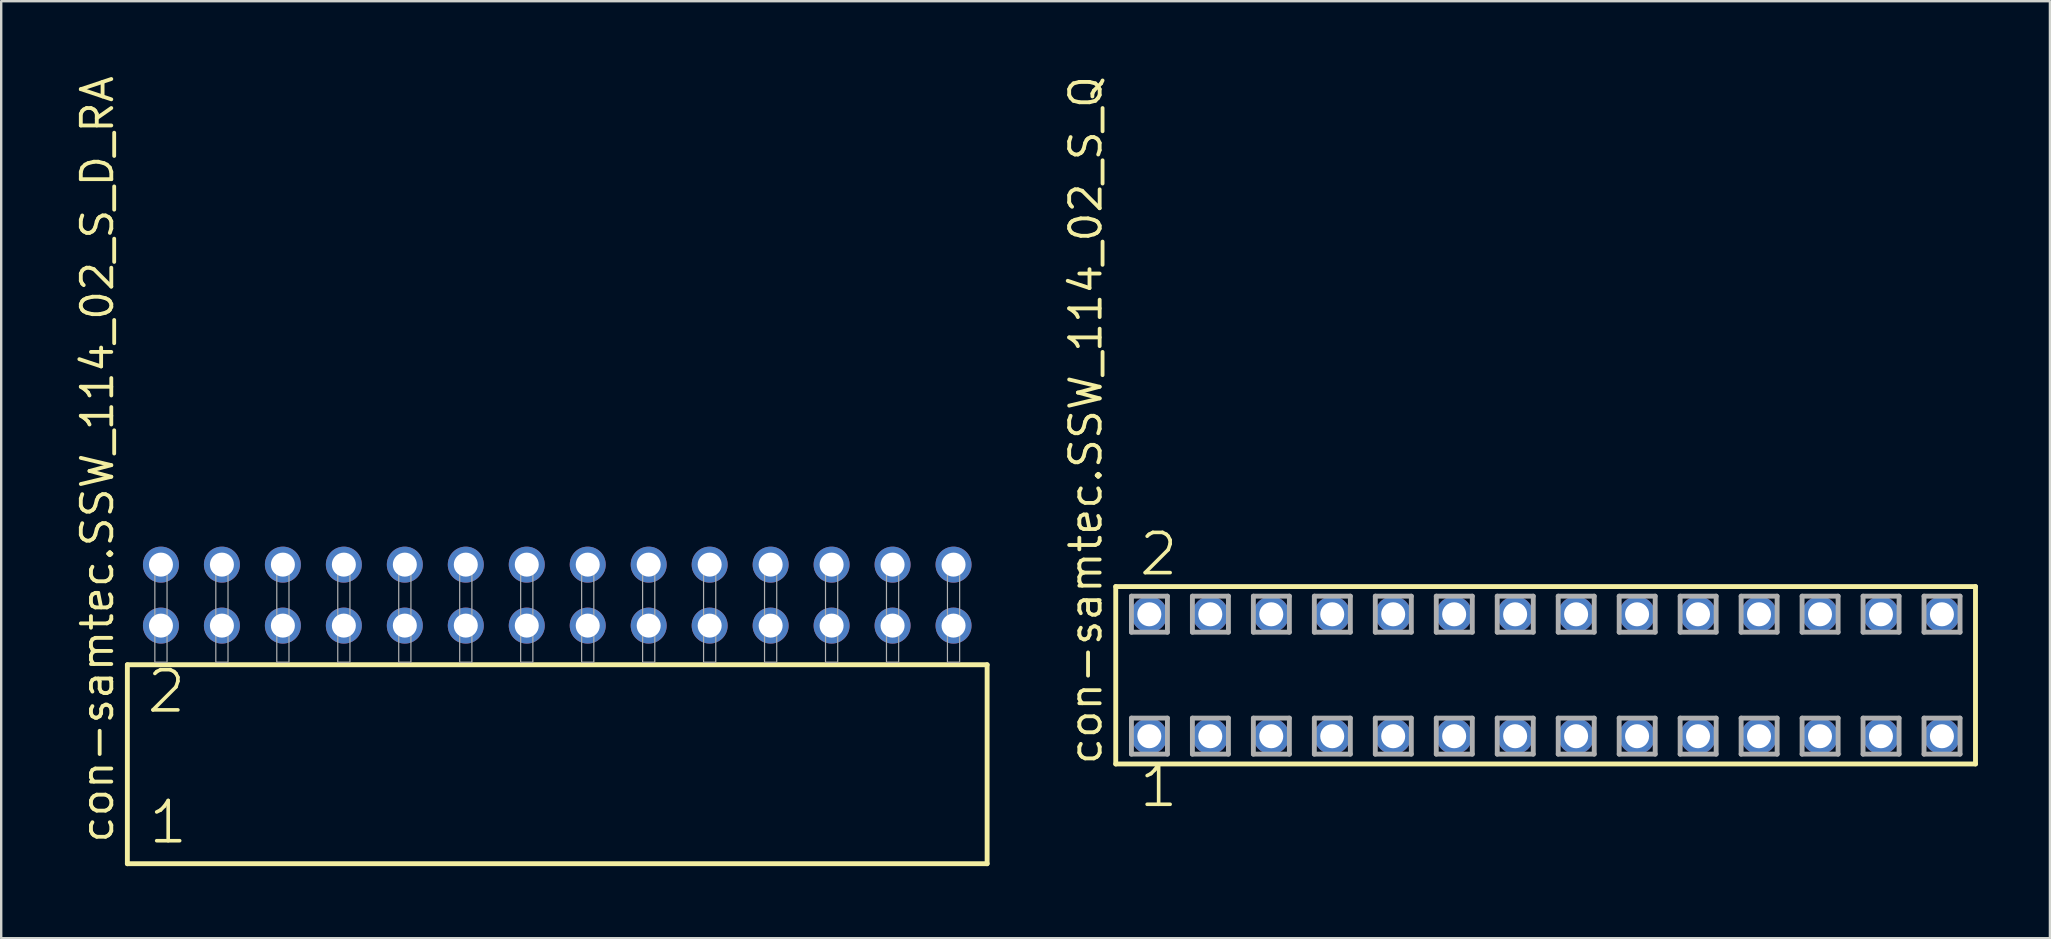
<source format=kicad_pcb>
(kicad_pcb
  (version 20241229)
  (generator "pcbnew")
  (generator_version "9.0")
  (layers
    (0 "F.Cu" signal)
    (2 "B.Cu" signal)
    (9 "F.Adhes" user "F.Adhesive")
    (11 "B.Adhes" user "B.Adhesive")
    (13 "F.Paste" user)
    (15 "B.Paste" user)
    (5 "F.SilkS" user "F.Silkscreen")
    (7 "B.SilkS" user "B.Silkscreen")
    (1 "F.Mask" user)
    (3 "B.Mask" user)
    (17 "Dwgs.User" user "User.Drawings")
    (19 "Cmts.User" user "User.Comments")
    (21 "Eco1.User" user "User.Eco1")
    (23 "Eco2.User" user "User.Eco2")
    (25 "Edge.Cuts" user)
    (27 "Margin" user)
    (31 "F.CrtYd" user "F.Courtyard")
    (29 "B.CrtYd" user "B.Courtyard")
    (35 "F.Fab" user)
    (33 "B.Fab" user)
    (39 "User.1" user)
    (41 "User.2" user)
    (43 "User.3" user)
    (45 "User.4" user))
  (footprint "con-samtec.SSW_114_02_S_Q"
    (layer "F.Cu")
    (at 61.341 25.082)
    (property "Reference" "con-samtec.SSW_114_02_S_Q" (at -18.415 3.81 90) (layer "F.SilkS") (effects (font (size 1.27 1.27) (thickness 0.16)) (justify left bottom)))
    (attr through_hole)
    (fp_line (start -17.909 -3.695) (end 17.909 -3.695) (stroke (width 0.203) (type default)) (layer "F.SilkS"))
    (fp_line (start -17.909 3.695) (end -17.909 -3.695) (stroke (width 0.203) (type default)) (layer "F.SilkS"))
    (fp_line (start 17.909 -3.695) (end 17.909 3.695) (stroke (width 0.203) (type default)) (layer "F.SilkS"))
    (fp_line (start 17.909 3.695) (end -17.909 3.695) (stroke (width 0.203) (type default)) (layer "F.SilkS"))
    (fp_line (start -17.255 -3.295) (end -15.755 -3.295) (stroke (width 0.203) (type default)) (layer "F.Fab"))
    (fp_line (start -17.255 -1.795) (end -17.255 -3.295) (stroke (width 0.203) (type default)) (layer "F.Fab"))
    (fp_line (start -17.255 1.785) (end -15.755 1.785) (stroke (width 0.203) (type default)) (layer "F.Fab"))
    (fp_line (start -17.255 3.285) (end -17.255 1.785) (stroke (width 0.203) (type default)) (layer "F.Fab"))
    (fp_line (start -15.755 -3.295) (end -15.755 -1.795) (stroke (width 0.203) (type default)) (layer "F.Fab"))
    (fp_line (start -15.755 -1.795) (end -17.255 -1.795) (stroke (width 0.203) (type default)) (layer "F.Fab"))
    (fp_line (start -15.755 1.785) (end -15.755 3.285) (stroke (width 0.203) (type default)) (layer "F.Fab"))
    (fp_line (start -15.755 3.285) (end -17.255 3.285) (stroke (width 0.203) (type default)) (layer "F.Fab"))
    (fp_line (start -14.715 -3.295) (end -13.215 -3.295) (stroke (width 0.203) (type default)) (layer "F.Fab"))
    (fp_line (start -14.715 -1.795) (end -14.715 -3.295) (stroke (width 0.203) (type default)) (layer "F.Fab"))
    (fp_line (start -14.715 1.785) (end -13.215 1.785) (stroke (width 0.203) (type default)) (layer "F.Fab"))
    (fp_line (start -14.715 3.285) (end -14.715 1.785) (stroke (width 0.203) (type default)) (layer "F.Fab"))
    (fp_line (start -13.215 -3.295) (end -13.215 -1.795) (stroke (width 0.203) (type default)) (layer "F.Fab"))
    (fp_line (start -13.215 -1.795) (end -14.715 -1.795) (stroke (width 0.203) (type default)) (layer "F.Fab"))
    (fp_line (start -13.215 1.785) (end -13.215 3.285) (stroke (width 0.203) (type default)) (layer "F.Fab"))
    (fp_line (start -13.215 3.285) (end -14.715 3.285) (stroke (width 0.203) (type default)) (layer "F.Fab"))
    (fp_line (start -12.175 -3.295) (end -10.675 -3.295) (stroke (width 0.203) (type default)) (layer "F.Fab"))
    (fp_line (start -12.175 -1.795) (end -12.175 -3.295) (stroke (width 0.203) (type default)) (layer "F.Fab"))
    (fp_line (start -12.175 1.785) (end -10.675 1.785) (stroke (width 0.203) (type default)) (layer "F.Fab"))
    (fp_line (start -12.175 3.285) (end -12.175 1.785) (stroke (width 0.203) (type default)) (layer "F.Fab"))
    (fp_line (start -10.675 -3.295) (end -10.675 -1.795) (stroke (width 0.203) (type default)) (layer "F.Fab"))
    (fp_line (start -10.675 -1.795) (end -12.175 -1.795) (stroke (width 0.203) (type default)) (layer "F.Fab"))
    (fp_line (start -10.675 1.785) (end -10.675 3.285) (stroke (width 0.203) (type default)) (layer "F.Fab"))
    (fp_line (start -10.675 3.285) (end -12.175 3.285) (stroke (width 0.203) (type default)) (layer "F.Fab"))
    (fp_line (start -9.635 -3.295) (end -8.135 -3.295) (stroke (width 0.203) (type default)) (layer "F.Fab"))
    (fp_line (start -9.635 -1.795) (end -9.635 -3.295) (stroke (width 0.203) (type default)) (layer "F.Fab"))
    (fp_line (start -9.635 1.785) (end -8.135 1.785) (stroke (width 0.203) (type default)) (layer "F.Fab"))
    (fp_line (start -9.635 3.285) (end -9.635 1.785) (stroke (width 0.203) (type default)) (layer "F.Fab"))
    (fp_line (start -8.135 -3.295) (end -8.135 -1.795) (stroke (width 0.203) (type default)) (layer "F.Fab"))
    (fp_line (start -8.135 -1.795) (end -9.635 -1.795) (stroke (width 0.203) (type default)) (layer "F.Fab"))
    (fp_line (start -8.135 1.785) (end -8.135 3.285) (stroke (width 0.203) (type default)) (layer "F.Fab"))
    (fp_line (start -8.135 3.285) (end -9.635 3.285) (stroke (width 0.203) (type default)) (layer "F.Fab"))
    (fp_line (start -7.095 -3.295) (end -5.595 -3.295) (stroke (width 0.203) (type default)) (layer "F.Fab"))
    (fp_line (start -7.095 -1.795) (end -7.095 -3.295) (stroke (width 0.203) (type default)) (layer "F.Fab"))
    (fp_line (start -7.095 1.785) (end -5.595 1.785) (stroke (width 0.203) (type default)) (layer "F.Fab"))
    (fp_line (start -7.095 3.285) (end -7.095 1.785) (stroke (width 0.203) (type default)) (layer "F.Fab"))
    (fp_line (start -5.595 -3.295) (end -5.595 -1.795) (stroke (width 0.203) (type default)) (layer "F.Fab"))
    (fp_line (start -5.595 -1.795) (end -7.095 -1.795) (stroke (width 0.203) (type default)) (layer "F.Fab"))
    (fp_line (start -5.595 1.785) (end -5.595 3.285) (stroke (width 0.203) (type default)) (layer "F.Fab"))
    (fp_line (start -5.595 3.285) (end -7.095 3.285) (stroke (width 0.203) (type default)) (layer "F.Fab"))
    (fp_line (start -4.555 -3.295) (end -3.055 -3.295) (stroke (width 0.203) (type default)) (layer "F.Fab"))
    (fp_line (start -4.555 -1.795) (end -4.555 -3.295) (stroke (width 0.203) (type default)) (layer "F.Fab"))
    (fp_line (start -4.555 1.785) (end -3.055 1.785) (stroke (width 0.203) (type default)) (layer "F.Fab"))
    (fp_line (start -4.555 3.285) (end -4.555 1.785) (stroke (width 0.203) (type default)) (layer "F.Fab"))
    (fp_line (start -3.055 -3.295) (end -3.055 -1.795) (stroke (width 0.203) (type default)) (layer "F.Fab"))
    (fp_line (start -3.055 -1.795) (end -4.555 -1.795) (stroke (width 0.203) (type default)) (layer "F.Fab"))
    (fp_line (start -3.055 1.785) (end -3.055 3.285) (stroke (width 0.203) (type default)) (layer "F.Fab"))
    (fp_line (start -3.055 3.285) (end -4.555 3.285) (stroke (width 0.203) (type default)) (layer "F.Fab"))
    (fp_line (start -2.015 -3.295) (end -0.515 -3.295) (stroke (width 0.203) (type default)) (layer "F.Fab"))
    (fp_line (start -2.015 -1.795) (end -2.015 -3.295) (stroke (width 0.203) (type default)) (layer "F.Fab"))
    (fp_line (start -2.015 1.785) (end -0.515 1.785) (stroke (width 0.203) (type default)) (layer "F.Fab"))
    (fp_line (start -2.015 3.285) (end -2.015 1.785) (stroke (width 0.203) (type default)) (layer "F.Fab"))
    (fp_line (start -0.515 -3.295) (end -0.515 -1.795) (stroke (width 0.203) (type default)) (layer "F.Fab"))
    (fp_line (start -0.515 -1.795) (end -2.015 -1.795) (stroke (width 0.203) (type default)) (layer "F.Fab"))
    (fp_line (start -0.515 1.785) (end -0.515 3.285) (stroke (width 0.203) (type default)) (layer "F.Fab"))
    (fp_line (start -0.515 3.285) (end -2.015 3.285) (stroke (width 0.203) (type default)) (layer "F.Fab"))
    (fp_line (start 0.525 -3.295) (end 2.025 -3.295) (stroke (width 0.203) (type default)) (layer "F.Fab"))
    (fp_line (start 0.525 -1.795) (end 0.525 -3.295) (stroke (width 0.203) (type default)) (layer "F.Fab"))
    (fp_line (start 0.525 1.785) (end 2.025 1.785) (stroke (width 0.203) (type default)) (layer "F.Fab"))
    (fp_line (start 0.525 3.285) (end 0.525 1.785) (stroke (width 0.203) (type default)) (layer "F.Fab"))
    (fp_line (start 2.025 -3.295) (end 2.025 -1.795) (stroke (width 0.203) (type default)) (layer "F.Fab"))
    (fp_line (start 2.025 -1.795) (end 0.525 -1.795) (stroke (width 0.203) (type default)) (layer "F.Fab"))
    (fp_line (start 2.025 1.785) (end 2.025 3.285) (stroke (width 0.203) (type default)) (layer "F.Fab"))
    (fp_line (start 2.025 3.285) (end 0.525 3.285) (stroke (width 0.203) (type default)) (layer "F.Fab"))
    (fp_line (start 3.065 -3.295) (end 4.565 -3.295) (stroke (width 0.203) (type default)) (layer "F.Fab"))
    (fp_line (start 3.065 -1.795) (end 3.065 -3.295) (stroke (width 0.203) (type default)) (layer "F.Fab"))
    (fp_line (start 3.065 1.785) (end 4.565 1.785) (stroke (width 0.203) (type default)) (layer "F.Fab"))
    (fp_line (start 3.065 3.285) (end 3.065 1.785) (stroke (width 0.203) (type default)) (layer "F.Fab"))
    (fp_line (start 4.565 -3.295) (end 4.565 -1.795) (stroke (width 0.203) (type default)) (layer "F.Fab"))
    (fp_line (start 4.565 -1.795) (end 3.065 -1.795) (stroke (width 0.203) (type default)) (layer "F.Fab"))
    (fp_line (start 4.565 1.785) (end 4.565 3.285) (stroke (width 0.203) (type default)) (layer "F.Fab"))
    (fp_line (start 4.565 3.285) (end 3.065 3.285) (stroke (width 0.203) (type default)) (layer "F.Fab"))
    (fp_line (start 5.605 -3.295) (end 7.105 -3.295) (stroke (width 0.203) (type default)) (layer "F.Fab"))
    (fp_line (start 5.605 -1.795) (end 5.605 -3.295) (stroke (width 0.203) (type default)) (layer "F.Fab"))
    (fp_line (start 5.605 1.785) (end 7.105 1.785) (stroke (width 0.203) (type default)) (layer "F.Fab"))
    (fp_line (start 5.605 3.285) (end 5.605 1.785) (stroke (width 0.203) (type default)) (layer "F.Fab"))
    (fp_line (start 7.105 -3.295) (end 7.105 -1.795) (stroke (width 0.203) (type default)) (layer "F.Fab"))
    (fp_line (start 7.105 -1.795) (end 5.605 -1.795) (stroke (width 0.203) (type default)) (layer "F.Fab"))
    (fp_line (start 7.105 1.785) (end 7.105 3.285) (stroke (width 0.203) (type default)) (layer "F.Fab"))
    (fp_line (start 7.105 3.285) (end 5.605 3.285) (stroke (width 0.203) (type default)) (layer "F.Fab"))
    (fp_line (start 8.145 -3.295) (end 9.645 -3.295) (stroke (width 0.203) (type default)) (layer "F.Fab"))
    (fp_line (start 8.145 -1.795) (end 8.145 -3.295) (stroke (width 0.203) (type default)) (layer "F.Fab"))
    (fp_line (start 8.145 1.785) (end 9.645 1.785) (stroke (width 0.203) (type default)) (layer "F.Fab"))
    (fp_line (start 8.145 3.285) (end 8.145 1.785) (stroke (width 0.203) (type default)) (layer "F.Fab"))
    (fp_line (start 9.645 -3.295) (end 9.645 -1.795) (stroke (width 0.203) (type default)) (layer "F.Fab"))
    (fp_line (start 9.645 -1.795) (end 8.145 -1.795) (stroke (width 0.203) (type default)) (layer "F.Fab"))
    (fp_line (start 9.645 1.785) (end 9.645 3.285) (stroke (width 0.203) (type default)) (layer "F.Fab"))
    (fp_line (start 9.645 3.285) (end 8.145 3.285) (stroke (width 0.203) (type default)) (layer "F.Fab"))
    (fp_line (start 10.685 -3.295) (end 12.185 -3.295) (stroke (width 0.203) (type default)) (layer "F.Fab"))
    (fp_line (start 10.685 -1.795) (end 10.685 -3.295) (stroke (width 0.203) (type default)) (layer "F.Fab"))
    (fp_line (start 10.685 1.785) (end 12.185 1.785) (stroke (width 0.203) (type default)) (layer "F.Fab"))
    (fp_line (start 10.685 3.285) (end 10.685 1.785) (stroke (width 0.203) (type default)) (layer "F.Fab"))
    (fp_line (start 12.185 -3.295) (end 12.185 -1.795) (stroke (width 0.203) (type default)) (layer "F.Fab"))
    (fp_line (start 12.185 -1.795) (end 10.685 -1.795) (stroke (width 0.203) (type default)) (layer "F.Fab"))
    (fp_line (start 12.185 1.785) (end 12.185 3.285) (stroke (width 0.203) (type default)) (layer "F.Fab"))
    (fp_line (start 12.185 3.285) (end 10.685 3.285) (stroke (width 0.203) (type default)) (layer "F.Fab"))
    (fp_line (start 13.225 -3.295) (end 14.725 -3.295) (stroke (width 0.203) (type default)) (layer "F.Fab"))
    (fp_line (start 13.225 -1.795) (end 13.225 -3.295) (stroke (width 0.203) (type default)) (layer "F.Fab"))
    (fp_line (start 13.225 1.785) (end 14.725 1.785) (stroke (width 0.203) (type default)) (layer "F.Fab"))
    (fp_line (start 13.225 3.285) (end 13.225 1.785) (stroke (width 0.203) (type default)) (layer "F.Fab"))
    (fp_line (start 14.725 -3.295) (end 14.725 -1.795) (stroke (width 0.203) (type default)) (layer "F.Fab"))
    (fp_line (start 14.725 -1.795) (end 13.225 -1.795) (stroke (width 0.203) (type default)) (layer "F.Fab"))
    (fp_line (start 14.725 1.785) (end 14.725 3.285) (stroke (width 0.203) (type default)) (layer "F.Fab"))
    (fp_line (start 14.725 3.285) (end 13.225 3.285) (stroke (width 0.203) (type default)) (layer "F.Fab"))
    (fp_line (start 15.765 -3.295) (end 17.265 -3.295) (stroke (width 0.203) (type default)) (layer "F.Fab"))
    (fp_line (start 15.765 -1.795) (end 15.765 -3.295) (stroke (width 0.203) (type default)) (layer "F.Fab"))
    (fp_line (start 15.765 1.785) (end 17.265 1.785) (stroke (width 0.203) (type default)) (layer "F.Fab"))
    (fp_line (start 15.765 3.285) (end 15.765 1.785) (stroke (width 0.203) (type default)) (layer "F.Fab"))
    (fp_line (start 17.265 -3.295) (end 17.265 -1.795) (stroke (width 0.203) (type default)) (layer "F.Fab"))
    (fp_line (start 17.265 -1.795) (end 15.765 -1.795) (stroke (width 0.203) (type default)) (layer "F.Fab"))
    (fp_line (start 17.265 1.785) (end 17.265 3.285) (stroke (width 0.203) (type default)) (layer "F.Fab"))
    (fp_line (start 17.265 3.285) (end 15.765 3.285) (stroke (width 0.203) (type default)) (layer "F.Fab"))
    (fp_text user "2" (at -17.018 -4.064 0) (layer "F.SilkS") (effects (font (size 1.676 1.676) (thickness 0.15)) (justify left bottom)))
    (fp_text user "1" (at -17.018 5.588 0) (layer "F.SilkS") (effects (font (size 1.676 1.676) (thickness 0.15)) (justify left bottom)))
    (pad "1" thru_hole circle (at -16.51 2.54) (size 1.5 1.5) (drill 1) (layers "*.Cu" "*.Mask"))
    (pad "2" thru_hole circle (at -16.51 -2.54) (size 1.5 1.5) (drill 1) (layers "*.Cu" "*.Mask"))
    (pad "3" thru_hole circle (at -13.97 2.54) (size 1.5 1.5) (drill 1) (layers "*.Cu" "*.Mask"))
    (pad "4" thru_hole circle (at -13.97 -2.54) (size 1.5 1.5) (drill 1) (layers "*.Cu" "*.Mask"))
    (pad "5" thru_hole circle (at -11.43 2.54) (size 1.5 1.5) (drill 1) (layers "*.Cu" "*.Mask"))
    (pad "6" thru_hole circle (at -11.43 -2.54) (size 1.5 1.5) (drill 1) (layers "*.Cu" "*.Mask"))
    (pad "7" thru_hole circle (at -8.89 2.54) (size 1.5 1.5) (drill 1) (layers "*.Cu" "*.Mask"))
    (pad "8" thru_hole circle (at -8.89 -2.54) (size 1.5 1.5) (drill 1) (layers "*.Cu" "*.Mask"))
    (pad "9" thru_hole circle (at -6.35 2.54) (size 1.5 1.5) (drill 1) (layers "*.Cu" "*.Mask"))
    (pad "10" thru_hole circle (at -6.35 -2.54) (size 1.5 1.5) (drill 1) (layers "*.Cu" "*.Mask"))
    (pad "11" thru_hole circle (at -3.81 2.54) (size 1.5 1.5) (drill 1) (layers "*.Cu" "*.Mask"))
    (pad "12" thru_hole circle (at -3.81 -2.54) (size 1.5 1.5) (drill 1) (layers "*.Cu" "*.Mask"))
    (pad "13" thru_hole circle (at -1.27 2.54) (size 1.5 1.5) (drill 1) (layers "*.Cu" "*.Mask"))
    (pad "14" thru_hole circle (at -1.27 -2.54) (size 1.5 1.5) (drill 1) (layers "*.Cu" "*.Mask"))
    (pad "15" thru_hole circle (at 1.27 2.54) (size 1.5 1.5) (drill 1) (layers "*.Cu" "*.Mask"))
    (pad "16" thru_hole circle (at 1.27 -2.54) (size 1.5 1.5) (drill 1) (layers "*.Cu" "*.Mask"))
    (pad "17" thru_hole circle (at 3.81 2.54) (size 1.5 1.5) (drill 1) (layers "*.Cu" "*.Mask"))
    (pad "18" thru_hole circle (at 3.81 -2.54) (size 1.5 1.5) (drill 1) (layers "*.Cu" "*.Mask"))
    (pad "19" thru_hole circle (at 6.35 2.54) (size 1.5 1.5) (drill 1) (layers "*.Cu" "*.Mask"))
    (pad "20" thru_hole circle (at 6.35 -2.54) (size 1.5 1.5) (drill 1) (layers "*.Cu" "*.Mask"))
    (pad "21" thru_hole circle (at 8.89 2.54) (size 1.5 1.5) (drill 1) (layers "*.Cu" "*.Mask"))
    (pad "22" thru_hole circle (at 8.89 -2.54) (size 1.5 1.5) (drill 1) (layers "*.Cu" "*.Mask"))
    (pad "23" thru_hole circle (at 11.43 2.54) (size 1.5 1.5) (drill 1) (layers "*.Cu" "*.Mask"))
    (pad "24" thru_hole circle (at 11.43 -2.54) (size 1.5 1.5) (drill 1) (layers "*.Cu" "*.Mask"))
    (pad "25" thru_hole circle (at 13.97 2.54) (size 1.5 1.5) (drill 1) (layers "*.Cu" "*.Mask"))
    (pad "26" thru_hole circle (at 13.97 -2.54) (size 1.5 1.5) (drill 1) (layers "*.Cu" "*.Mask"))
    (pad "27" thru_hole circle (at 16.51 2.54) (size 1.5 1.5) (drill 1) (layers "*.Cu" "*.Mask"))
    (pad "28" thru_hole circle (at 16.51 -2.54) (size 1.5 1.5) (drill 1) (layers "*.Cu" "*.Mask")))
  (footprint "con-samtec.SSW_114_02_S_D_RA"
    (layer "F.Cu")
    (at 20.165 24.537)
    (property "Reference" "con-samtec.SSW_114_02_S_D_RA" (at -18.415 7.62 90) (layer "F.SilkS") (effects (font (size 1.27 1.27) (thickness 0.16)) (justify left bottom)))
    (attr through_hole)
    (fp_line (start -17.909 0.106) (end -17.909 8.396) (stroke (width 0.203) (type default)) (layer "F.SilkS"))
    (fp_line (start -17.909 8.396) (end 17.909 8.396) (stroke (width 0.203) (type default)) (layer "F.SilkS"))
    (fp_line (start 17.909 0.106) (end -17.909 0.106) (stroke (width 0.203) (type default)) (layer "F.SilkS"))
    (fp_line (start 17.909 8.396) (end 17.909 0.106) (stroke (width 0.203) (type default)) (layer "F.SilkS"))
    (fp_rect (start -16.764 0) (end -16.256 -4.318) (stroke (width 0.05) (type default)) (fill no) (layer "F.Fab"))
    (fp_rect (start -14.224 0) (end -13.716 -4.318) (stroke (width 0.05) (type default)) (fill no) (layer "F.Fab"))
    (fp_rect (start -11.684 0) (end -11.176 -4.318) (stroke (width 0.05) (type default)) (fill no) (layer "F.Fab"))
    (fp_rect (start -9.144 0) (end -8.636 -4.318) (stroke (width 0.05) (type default)) (fill no) (layer "F.Fab"))
    (fp_rect (start -6.604 0) (end -6.096 -4.318) (stroke (width 0.05) (type default)) (fill no) (layer "F.Fab"))
    (fp_rect (start -4.064 0) (end -3.556 -4.318) (stroke (width 0.05) (type default)) (fill no) (layer "F.Fab"))
    (fp_rect (start -1.524 0) (end -1.016 -4.318) (stroke (width 0.05) (type default)) (fill no) (layer "F.Fab"))
    (fp_rect (start 1.016 0) (end 1.524 -4.318) (stroke (width 0.05) (type default)) (fill no) (layer "F.Fab"))
    (fp_rect (start 3.556 0) (end 4.064 -4.318) (stroke (width 0.05) (type default)) (fill no) (layer "F.Fab"))
    (fp_rect (start 6.096 0) (end 6.604 -4.318) (stroke (width 0.05) (type default)) (fill no) (layer "F.Fab"))
    (fp_rect (start 8.636 0) (end 9.144 -4.318) (stroke (width 0.05) (type default)) (fill no) (layer "F.Fab"))
    (fp_rect (start 11.176 0) (end 11.684 -4.318) (stroke (width 0.05) (type default)) (fill no) (layer "F.Fab"))
    (fp_rect (start 13.716 0) (end 14.224 -4.318) (stroke (width 0.05) (type default)) (fill no) (layer "F.Fab"))
    (fp_rect (start 16.256 0) (end 16.764 -4.318) (stroke (width 0.05) (type default)) (fill no) (layer "F.Fab"))
    (fp_text user "1" (at -17.105 7.65 0) (layer "F.SilkS") (effects (font (size 1.676 1.676) (thickness 0.15)) (justify left bottom)))
    (fp_text user "2" (at -17.18 2.2 0) (layer "F.SilkS") (effects (font (size 1.676 1.676) (thickness 0.15)) (justify left bottom)))
    (pad "1" thru_hole circle (at -16.51 -1.524) (size 1.5 1.5) (drill 1) (layers "*.Cu" "*.Mask"))
    (pad "2" thru_hole circle (at -16.51 -4.064) (size 1.5 1.5) (drill 1) (layers "*.Cu" "*.Mask"))
    (pad "3" thru_hole circle (at -13.97 -1.524) (size 1.5 1.5) (drill 1) (layers "*.Cu" "*.Mask"))
    (pad "4" thru_hole circle (at -13.97 -4.064) (size 1.5 1.5) (drill 1) (layers "*.Cu" "*.Mask"))
    (pad "5" thru_hole circle (at -11.43 -1.524) (size 1.5 1.5) (drill 1) (layers "*.Cu" "*.Mask"))
    (pad "6" thru_hole circle (at -11.43 -4.064) (size 1.5 1.5) (drill 1) (layers "*.Cu" "*.Mask"))
    (pad "7" thru_hole circle (at -8.89 -1.524) (size 1.5 1.5) (drill 1) (layers "*.Cu" "*.Mask"))
    (pad "8" thru_hole circle (at -8.89 -4.064) (size 1.5 1.5) (drill 1) (layers "*.Cu" "*.Mask"))
    (pad "9" thru_hole circle (at -6.35 -1.524) (size 1.5 1.5) (drill 1) (layers "*.Cu" "*.Mask"))
    (pad "10" thru_hole circle (at -6.35 -4.064) (size 1.5 1.5) (drill 1) (layers "*.Cu" "*.Mask"))
    (pad "11" thru_hole circle (at -3.81 -1.524) (size 1.5 1.5) (drill 1) (layers "*.Cu" "*.Mask"))
    (pad "12" thru_hole circle (at -3.81 -4.064) (size 1.5 1.5) (drill 1) (layers "*.Cu" "*.Mask"))
    (pad "13" thru_hole circle (at -1.27 -1.524) (size 1.5 1.5) (drill 1) (layers "*.Cu" "*.Mask"))
    (pad "14" thru_hole circle (at -1.27 -4.064) (size 1.5 1.5) (drill 1) (layers "*.Cu" "*.Mask"))
    (pad "15" thru_hole circle (at 1.27 -1.524) (size 1.5 1.5) (drill 1) (layers "*.Cu" "*.Mask"))
    (pad "16" thru_hole circle (at 1.27 -4.064) (size 1.5 1.5) (drill 1) (layers "*.Cu" "*.Mask"))
    (pad "17" thru_hole circle (at 3.81 -1.524) (size 1.5 1.5) (drill 1) (layers "*.Cu" "*.Mask"))
    (pad "18" thru_hole circle (at 3.81 -4.064) (size 1.5 1.5) (drill 1) (layers "*.Cu" "*.Mask"))
    (pad "19" thru_hole circle (at 6.35 -1.524) (size 1.5 1.5) (drill 1) (layers "*.Cu" "*.Mask"))
    (pad "20" thru_hole circle (at 6.35 -4.064) (size 1.5 1.5) (drill 1) (layers "*.Cu" "*.Mask"))
    (pad "21" thru_hole circle (at 8.89 -1.524) (size 1.5 1.5) (drill 1) (layers "*.Cu" "*.Mask"))
    (pad "22" thru_hole circle (at 8.89 -4.064) (size 1.5 1.5) (drill 1) (layers "*.Cu" "*.Mask"))
    (pad "23" thru_hole circle (at 11.43 -1.524) (size 1.5 1.5) (drill 1) (layers "*.Cu" "*.Mask"))
    (pad "24" thru_hole circle (at 11.43 -4.064) (size 1.5 1.5) (drill 1) (layers "*.Cu" "*.Mask"))
    (pad "25" thru_hole circle (at 13.97 -1.524) (size 1.5 1.5) (drill 1) (layers "*.Cu" "*.Mask"))
    (pad "26" thru_hole circle (at 13.97 -4.064) (size 1.5 1.5) (drill 1) (layers "*.Cu" "*.Mask"))
    (pad "27" thru_hole circle (at 16.51 -1.524) (size 1.5 1.5) (drill 1) (layers "*.Cu" "*.Mask"))
    (pad "28" thru_hole circle (at 16.51 -4.064) (size 1.5 1.5) (drill 1) (layers "*.Cu" "*.Mask")))
  (gr_rect
    (start -3 -3)
    (end 82.351 36.035)
    (stroke (width 0.1) (type default))
    (fill no)
    (layer "Edge.Cuts")))
</source>
